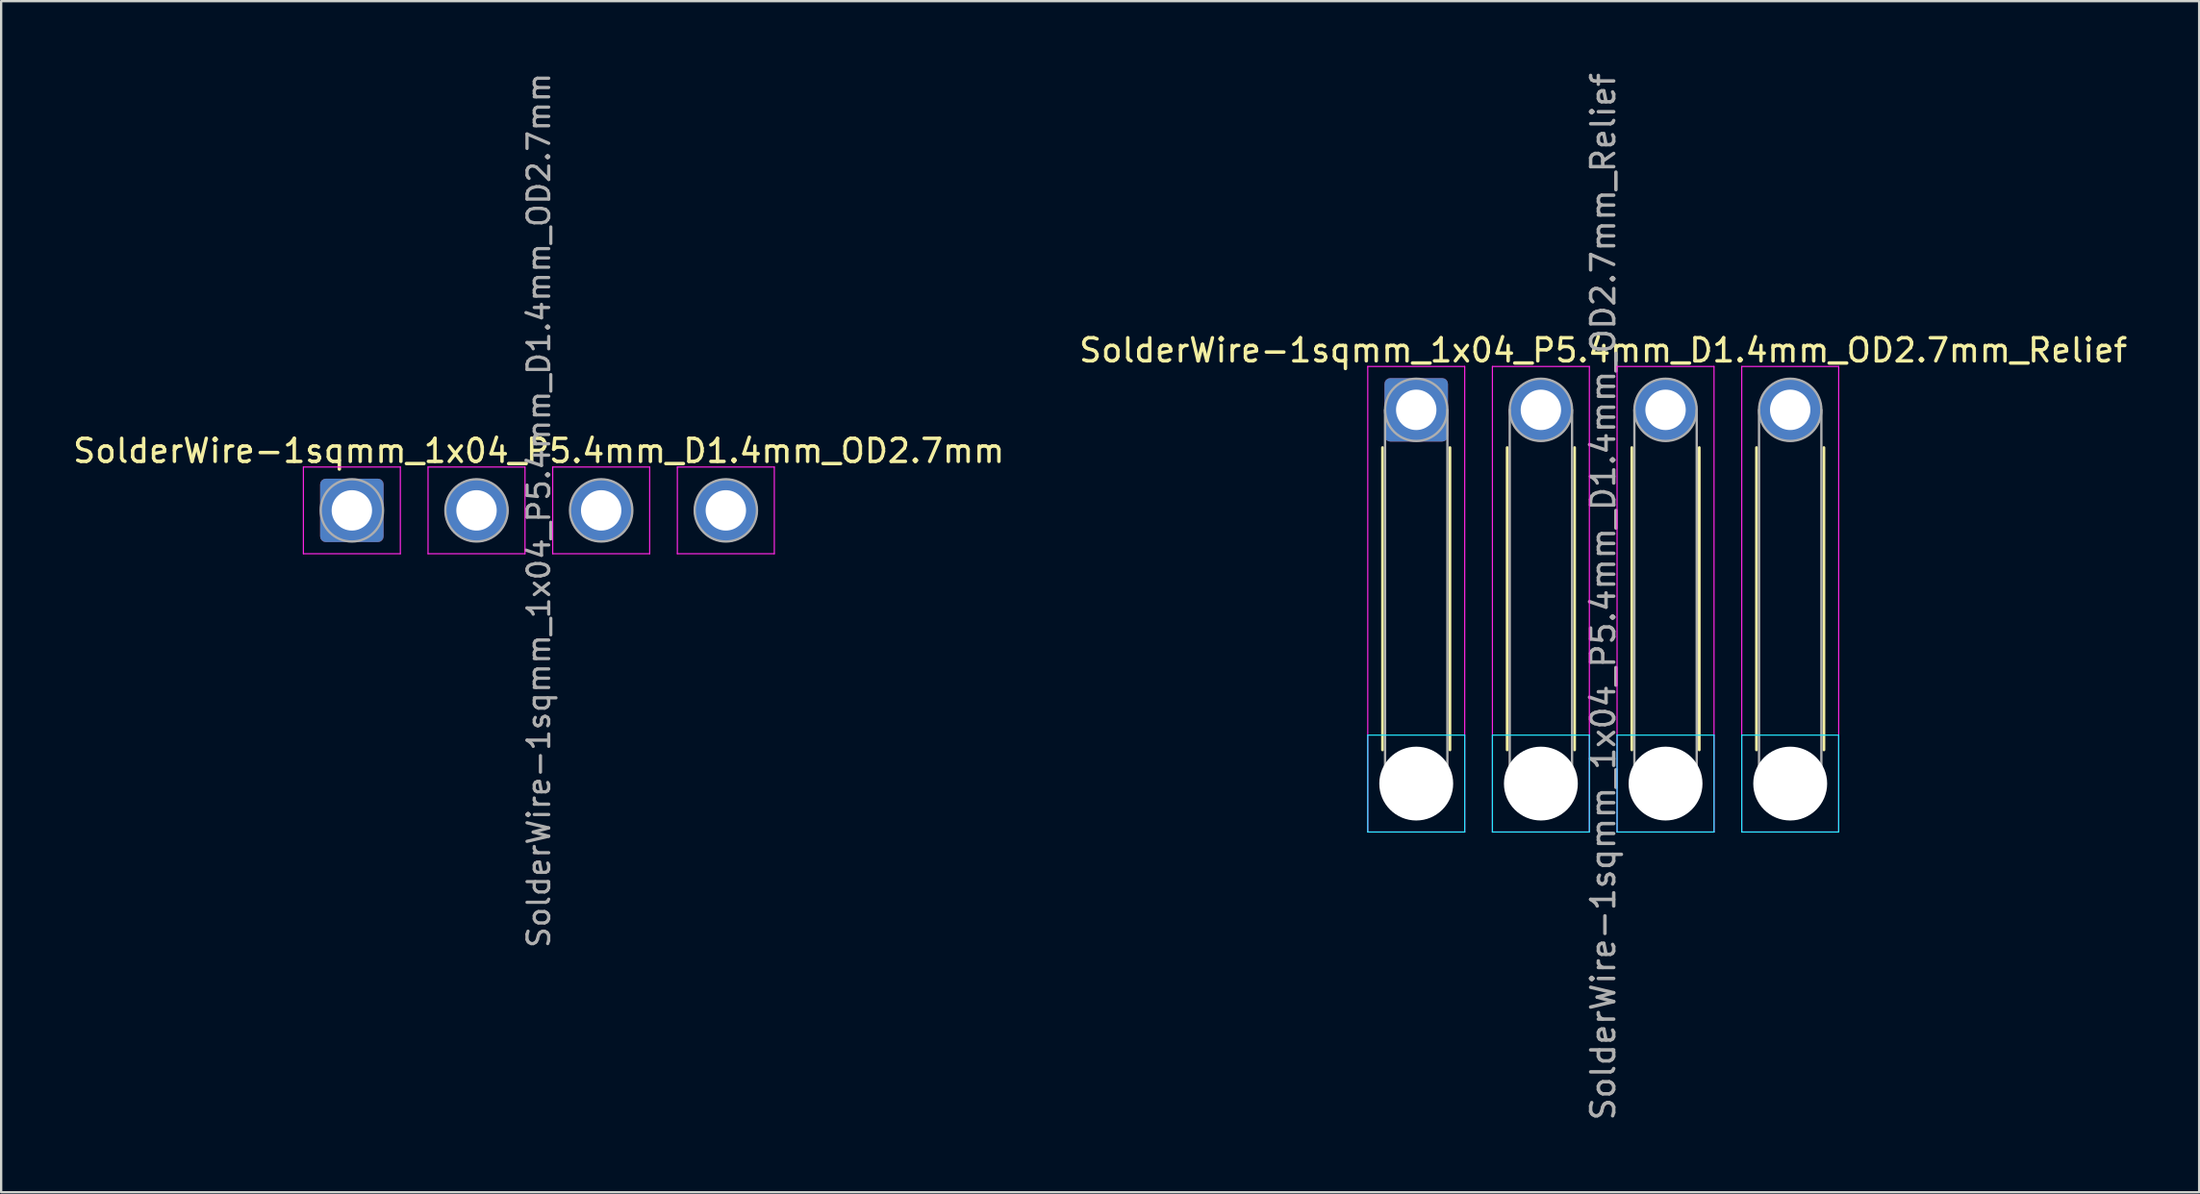
<source format=kicad_pcb>
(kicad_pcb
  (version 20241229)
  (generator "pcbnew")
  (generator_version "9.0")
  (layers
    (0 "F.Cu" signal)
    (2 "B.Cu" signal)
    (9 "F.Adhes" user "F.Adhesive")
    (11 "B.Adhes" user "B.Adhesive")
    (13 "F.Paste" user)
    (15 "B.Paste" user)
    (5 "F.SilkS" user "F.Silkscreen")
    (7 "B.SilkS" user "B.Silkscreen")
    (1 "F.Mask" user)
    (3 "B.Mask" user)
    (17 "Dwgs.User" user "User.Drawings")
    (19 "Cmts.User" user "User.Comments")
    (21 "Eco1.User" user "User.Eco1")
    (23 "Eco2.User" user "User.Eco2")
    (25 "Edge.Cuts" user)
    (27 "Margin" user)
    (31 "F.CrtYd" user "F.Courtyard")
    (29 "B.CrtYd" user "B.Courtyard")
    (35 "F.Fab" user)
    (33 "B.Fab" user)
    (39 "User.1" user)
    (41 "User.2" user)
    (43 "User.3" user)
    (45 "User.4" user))
  (footprint "SolderWire-1sqmm_1x04_P5.4mm_D1.4mm_OD2.7mm_Relief"
    (layer "F.Cu")
    (at 58.299 14.715)
    (property "Reference" "SolderWire-1sqmm_1x04_P5.4mm_D1.4mm_OD2.7mm_Relief" (at 8.1 -2.58 0) (layer "F.SilkS") (effects (font (size 1 1) (thickness 0.15))))
    (attr exclude_from_pos_files exclude_from_bom)
    (fp_line (start -1.46 1.635) (end -1.46 14.74) (stroke (width 0.12) (type solid)) (layer "F.SilkS"))
    (fp_line (start 1.46 1.635) (end 1.46 14.74) (stroke (width 0.12) (type solid)) (layer "F.SilkS"))
    (fp_line (start 3.94 1.635) (end 3.94 14.74) (stroke (width 0.12) (type solid)) (layer "F.SilkS"))
    (fp_line (start 6.86 1.635) (end 6.86 14.74) (stroke (width 0.12) (type solid)) (layer "F.SilkS"))
    (fp_line (start 9.34 1.635) (end 9.34 14.74) (stroke (width 0.12) (type solid)) (layer "F.SilkS"))
    (fp_line (start 12.26 1.635) (end 12.26 14.74) (stroke (width 0.12) (type solid)) (layer "F.SilkS"))
    (fp_line (start 14.74 1.635) (end 14.74 14.74) (stroke (width 0.12) (type solid)) (layer "F.SilkS"))
    (fp_line (start 17.66 1.635) (end 17.66 14.74) (stroke (width 0.12) (type solid)) (layer "F.SilkS"))
    (fp_line (start -2.1 14.1) (end -2.1 18.3) (stroke (width 0.05) (type solid)) (layer "B.CrtYd"))
    (fp_line (start -2.1 18.3) (end 2.1 18.3) (stroke (width 0.05) (type solid)) (layer "B.CrtYd"))
    (fp_line (start 2.1 14.1) (end -2.1 14.1) (stroke (width 0.05) (type solid)) (layer "B.CrtYd"))
    (fp_line (start 2.1 18.3) (end 2.1 14.1) (stroke (width 0.05) (type solid)) (layer "B.CrtYd"))
    (fp_line (start 3.3 14.1) (end 3.3 18.3) (stroke (width 0.05) (type solid)) (layer "B.CrtYd"))
    (fp_line (start 3.3 18.3) (end 7.5 18.3) (stroke (width 0.05) (type solid)) (layer "B.CrtYd"))
    (fp_line (start 7.5 14.1) (end 3.3 14.1) (stroke (width 0.05) (type solid)) (layer "B.CrtYd"))
    (fp_line (start 7.5 18.3) (end 7.5 14.1) (stroke (width 0.05) (type solid)) (layer "B.CrtYd"))
    (fp_line (start 8.7 14.1) (end 8.7 18.3) (stroke (width 0.05) (type solid)) (layer "B.CrtYd"))
    (fp_line (start 8.7 18.3) (end 12.9 18.3) (stroke (width 0.05) (type solid)) (layer "B.CrtYd"))
    (fp_line (start 12.9 14.1) (end 8.7 14.1) (stroke (width 0.05) (type solid)) (layer "B.CrtYd"))
    (fp_line (start 12.9 18.3) (end 12.9 14.1) (stroke (width 0.05) (type solid)) (layer "B.CrtYd"))
    (fp_line (start 14.1 14.1) (end 14.1 18.3) (stroke (width 0.05) (type solid)) (layer "B.CrtYd"))
    (fp_line (start 14.1 18.3) (end 18.3 18.3) (stroke (width 0.05) (type solid)) (layer "B.CrtYd"))
    (fp_line (start 18.3 14.1) (end 14.1 14.1) (stroke (width 0.05) (type solid)) (layer "B.CrtYd"))
    (fp_line (start 18.3 18.3) (end 18.3 14.1) (stroke (width 0.05) (type solid)) (layer "B.CrtYd"))
    (fp_line (start -2.1 -1.88) (end -2.1 18.3) (stroke (width 0.05) (type solid)) (layer "F.CrtYd"))
    (fp_line (start -2.1 18.3) (end 2.1 18.3) (stroke (width 0.05) (type solid)) (layer "F.CrtYd"))
    (fp_line (start 2.1 -1.88) (end -2.1 -1.88) (stroke (width 0.05) (type solid)) (layer "F.CrtYd"))
    (fp_line (start 2.1 18.3) (end 2.1 -1.88) (stroke (width 0.05) (type solid)) (layer "F.CrtYd"))
    (fp_line (start 3.3 -1.88) (end 3.3 18.3) (stroke (width 0.05) (type solid)) (layer "F.CrtYd"))
    (fp_line (start 3.3 18.3) (end 7.5 18.3) (stroke (width 0.05) (type solid)) (layer "F.CrtYd"))
    (fp_line (start 7.5 -1.88) (end 3.3 -1.88) (stroke (width 0.05) (type solid)) (layer "F.CrtYd"))
    (fp_line (start 7.5 18.3) (end 7.5 -1.88) (stroke (width 0.05) (type solid)) (layer "F.CrtYd"))
    (fp_line (start 8.7 -1.88) (end 8.7 18.3) (stroke (width 0.05) (type solid)) (layer "F.CrtYd"))
    (fp_line (start 8.7 18.3) (end 12.9 18.3) (stroke (width 0.05) (type solid)) (layer "F.CrtYd"))
    (fp_line (start 12.9 -1.88) (end 8.7 -1.88) (stroke (width 0.05) (type solid)) (layer "F.CrtYd"))
    (fp_line (start 12.9 18.3) (end 12.9 -1.88) (stroke (width 0.05) (type solid)) (layer "F.CrtYd"))
    (fp_line (start 14.1 -1.88) (end 14.1 18.3) (stroke (width 0.05) (type solid)) (layer "F.CrtYd"))
    (fp_line (start 14.1 18.3) (end 18.3 18.3) (stroke (width 0.05) (type solid)) (layer "F.CrtYd"))
    (fp_line (start 18.3 -1.88) (end 14.1 -1.88) (stroke (width 0.05) (type solid)) (layer "F.CrtYd"))
    (fp_line (start 18.3 18.3) (end 18.3 -1.88) (stroke (width 0.05) (type solid)) (layer "F.CrtYd"))
    (fp_line (start -1.35 0) (end -1.35 16.2) (stroke (width 0.1) (type solid)) (layer "F.Fab"))
    (fp_line (start 1.35 0) (end 1.35 16.2) (stroke (width 0.1) (type solid)) (layer "F.Fab"))
    (fp_line (start 4.05 0) (end 4.05 16.2) (stroke (width 0.1) (type solid)) (layer "F.Fab"))
    (fp_line (start 6.75 0) (end 6.75 16.2) (stroke (width 0.1) (type solid)) (layer "F.Fab"))
    (fp_line (start 9.45 0) (end 9.45 16.2) (stroke (width 0.1) (type solid)) (layer "F.Fab"))
    (fp_line (start 12.15 0) (end 12.15 16.2) (stroke (width 0.1) (type solid)) (layer "F.Fab"))
    (fp_line (start 14.85 0) (end 14.85 16.2) (stroke (width 0.1) (type solid)) (layer "F.Fab"))
    (fp_line (start 17.55 0) (end 17.55 16.2) (stroke (width 0.1) (type solid)) (layer "F.Fab"))
    (fp_circle (center 0 0) (end 1.35 0) (stroke (width 0.1) (type solid)) (fill no) (layer "F.Fab"))
    (fp_circle (center 0 16.2) (end 1.35 16.2) (stroke (width 0.1) (type solid)) (fill no) (layer "F.Fab"))
    (fp_circle (center 5.4 0) (end 6.75 0) (stroke (width 0.1) (type solid)) (fill no) (layer "F.Fab"))
    (fp_circle (center 5.4 16.2) (end 6.75 16.2) (stroke (width 0.1) (type solid)) (fill no) (layer "F.Fab"))
    (fp_circle (center 10.8 0) (end 12.15 0) (stroke (width 0.1) (type solid)) (fill no) (layer "F.Fab"))
    (fp_circle (center 10.8 16.2) (end 12.15 16.2) (stroke (width 0.1) (type solid)) (fill no) (layer "F.Fab"))
    (fp_circle (center 16.2 0) (end 17.55 0) (stroke (width 0.1) (type solid)) (fill no) (layer "F.Fab"))
    (fp_circle (center 16.2 16.2) (end 17.55 16.2) (stroke (width 0.1) (type solid)) (fill no) (layer "F.Fab"))
    (fp_text user "${REFERENCE}" (at 8.1 8.1 90) (layer "F.Fab") (effects (font (size 1 1) (thickness 0.15))))
    (pad "" np_thru_hole circle (at 0 16.2) (size 3.2 3.2) (drill 3.2) (layers "*.Cu" "*.Mask"))
    (pad "" np_thru_hole circle (at 5.4 16.2) (size 3.2 3.2) (drill 3.2) (layers "*.Cu" "*.Mask"))
    (pad "" np_thru_hole circle (at 10.8 16.2) (size 3.2 3.2) (drill 3.2) (layers "*.Cu" "*.Mask"))
    (pad "" np_thru_hole circle (at 16.2 16.2) (size 3.2 3.2) (drill 3.2) (layers "*.Cu" "*.Mask"))
    (pad "1" thru_hole roundrect (at 0 0) (size 2.75 2.75) (drill 1.75) (layers "*.Cu" "*.Mask") (roundrect_rratio 0.091))
    (pad "2" thru_hole circle (at 5.4 0) (size 2.75 2.75) (drill 1.75) (layers "*.Cu" "*.Mask"))
    (pad "3" thru_hole circle (at 10.8 0) (size 2.75 2.75) (drill 1.75) (layers "*.Cu" "*.Mask"))
    (pad "4" thru_hole circle (at 16.2 0) (size 2.75 2.75) (drill 1.75) (layers "*.Cu" "*.Mask")))
  (footprint "SolderWire-1sqmm_1x04_P5.4mm_D1.4mm_OD2.7mm"
    (layer "F.Cu")
    (at 12.192 19.073)
    (property "Reference" "SolderWire-1sqmm_1x04_P5.4mm_D1.4mm_OD2.7mm" (at 8.1 -2.58 0) (layer "F.SilkS") (effects (font (size 1 1) (thickness 0.15))))
    (attr exclude_from_pos_files exclude_from_bom)
    (fp_line (start -2.1 -1.88) (end -2.1 1.88) (stroke (width 0.05) (type solid)) (layer "F.CrtYd"))
    (fp_line (start -2.1 1.88) (end 2.1 1.88) (stroke (width 0.05) (type solid)) (layer "F.CrtYd"))
    (fp_line (start 2.1 -1.88) (end -2.1 -1.88) (stroke (width 0.05) (type solid)) (layer "F.CrtYd"))
    (fp_line (start 2.1 1.88) (end 2.1 -1.88) (stroke (width 0.05) (type solid)) (layer "F.CrtYd"))
    (fp_line (start 3.3 -1.88) (end 3.3 1.88) (stroke (width 0.05) (type solid)) (layer "F.CrtYd"))
    (fp_line (start 3.3 1.88) (end 7.5 1.88) (stroke (width 0.05) (type solid)) (layer "F.CrtYd"))
    (fp_line (start 7.5 -1.88) (end 3.3 -1.88) (stroke (width 0.05) (type solid)) (layer "F.CrtYd"))
    (fp_line (start 7.5 1.88) (end 7.5 -1.88) (stroke (width 0.05) (type solid)) (layer "F.CrtYd"))
    (fp_line (start 8.7 -1.88) (end 8.7 1.88) (stroke (width 0.05) (type solid)) (layer "F.CrtYd"))
    (fp_line (start 8.7 1.88) (end 12.9 1.88) (stroke (width 0.05) (type solid)) (layer "F.CrtYd"))
    (fp_line (start 12.9 -1.88) (end 8.7 -1.88) (stroke (width 0.05) (type solid)) (layer "F.CrtYd"))
    (fp_line (start 12.9 1.88) (end 12.9 -1.88) (stroke (width 0.05) (type solid)) (layer "F.CrtYd"))
    (fp_line (start 14.1 -1.88) (end 14.1 1.88) (stroke (width 0.05) (type solid)) (layer "F.CrtYd"))
    (fp_line (start 14.1 1.88) (end 18.3 1.88) (stroke (width 0.05) (type solid)) (layer "F.CrtYd"))
    (fp_line (start 18.3 -1.88) (end 14.1 -1.88) (stroke (width 0.05) (type solid)) (layer "F.CrtYd"))
    (fp_line (start 18.3 1.88) (end 18.3 -1.88) (stroke (width 0.05) (type solid)) (layer "F.CrtYd"))
    (fp_circle (center 0 0) (end 1.35 0) (stroke (width 0.1) (type solid)) (fill no) (layer "F.Fab"))
    (fp_circle (center 5.4 0) (end 6.75 0) (stroke (width 0.1) (type solid)) (fill no) (layer "F.Fab"))
    (fp_circle (center 10.8 0) (end 12.15 0) (stroke (width 0.1) (type solid)) (fill no) (layer "F.Fab"))
    (fp_circle (center 16.2 0) (end 17.55 0) (stroke (width 0.1) (type solid)) (fill no) (layer "F.Fab"))
    (fp_text user "${REFERENCE}" (at 8.1 0 90) (layer "F.Fab") (effects (font (size 0.94 0.94) (thickness 0.14))))
    (pad "1" thru_hole roundrect (at 0 0) (size 2.75 2.75) (drill 1.75) (layers "*.Cu" "*.Mask") (roundrect_rratio 0.091))
    (pad "2" thru_hole circle (at 5.4 0) (size 2.75 2.75) (drill 1.75) (layers "*.Cu" "*.Mask"))
    (pad "3" thru_hole circle (at 10.8 0) (size 2.75 2.75) (drill 1.75) (layers "*.Cu" "*.Mask"))
    (pad "4" thru_hole circle (at 16.2 0) (size 2.75 2.75) (drill 1.75) (layers "*.Cu" "*.Mask")))
  (gr_rect
    (start -3 -3)
    (end 92.214 48.631)
    (stroke (width 0.1) (type default))
    (fill no)
    (layer "Edge.Cuts")))
</source>
